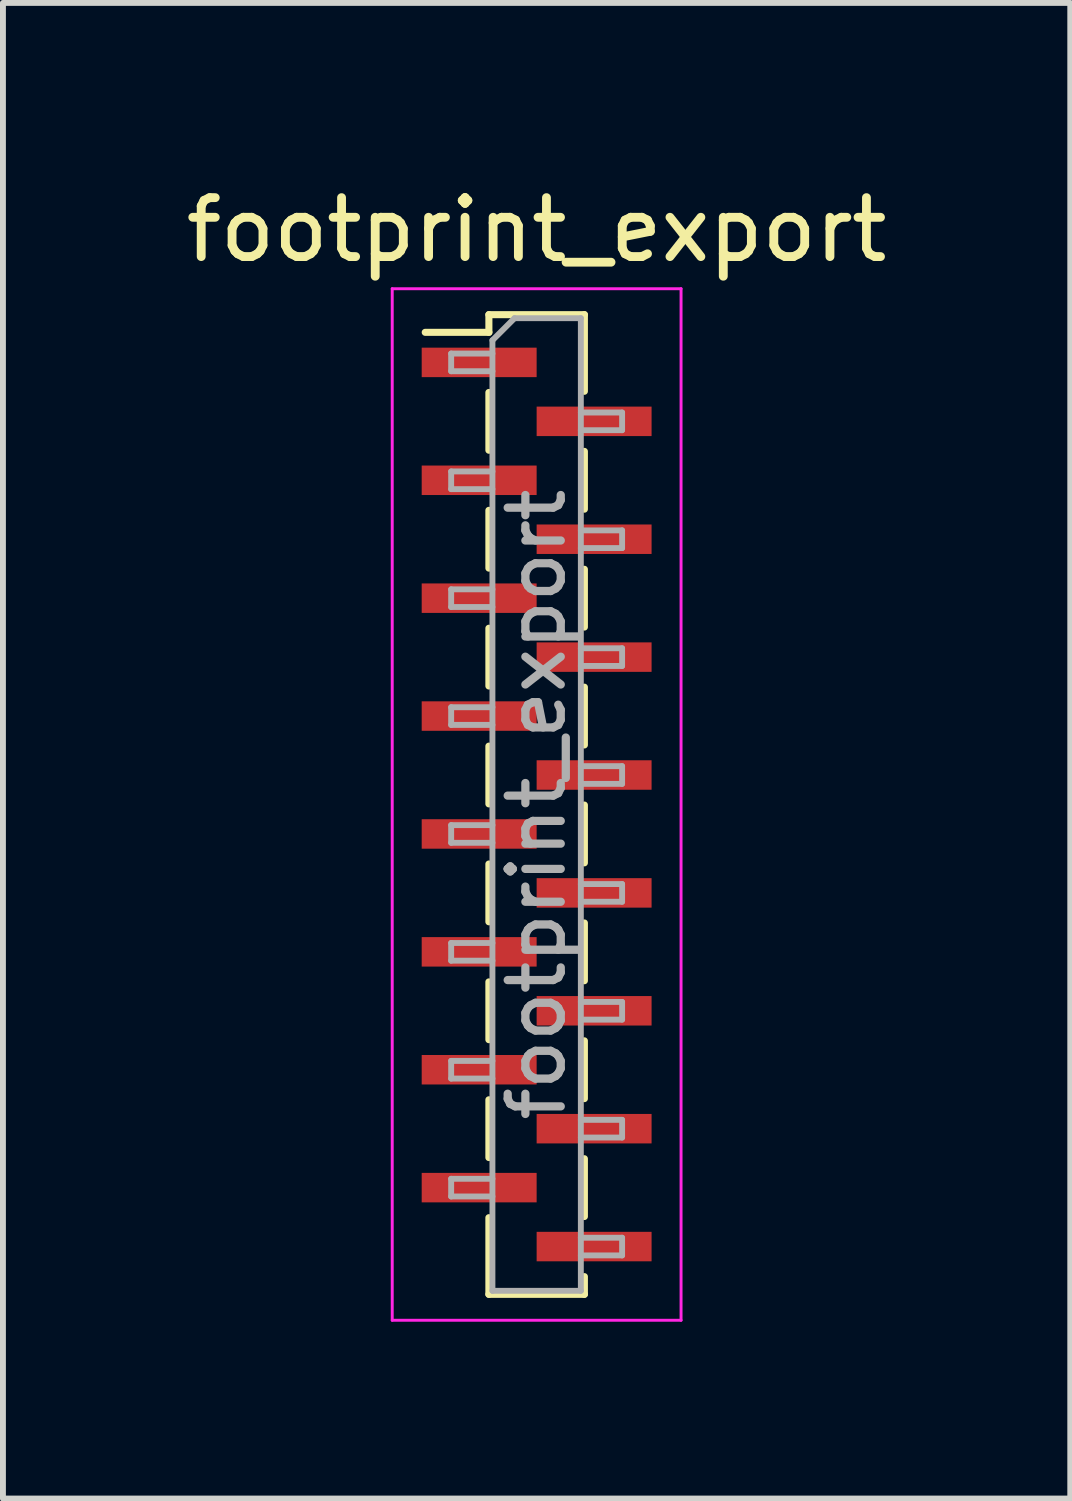
<source format=kicad_pcb>
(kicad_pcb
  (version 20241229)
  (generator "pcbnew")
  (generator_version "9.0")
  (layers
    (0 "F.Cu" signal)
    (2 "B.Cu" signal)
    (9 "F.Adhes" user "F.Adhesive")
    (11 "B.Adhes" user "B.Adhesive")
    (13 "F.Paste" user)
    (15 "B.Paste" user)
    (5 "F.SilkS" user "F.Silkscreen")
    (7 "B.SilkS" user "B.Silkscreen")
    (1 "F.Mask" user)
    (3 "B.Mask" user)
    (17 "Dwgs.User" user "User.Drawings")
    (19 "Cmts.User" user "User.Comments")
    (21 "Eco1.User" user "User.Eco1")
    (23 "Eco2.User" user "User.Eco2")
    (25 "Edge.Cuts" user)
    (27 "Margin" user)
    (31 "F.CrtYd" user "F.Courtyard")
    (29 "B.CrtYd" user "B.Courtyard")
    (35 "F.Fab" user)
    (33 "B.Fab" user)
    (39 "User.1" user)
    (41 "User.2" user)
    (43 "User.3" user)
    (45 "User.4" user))
  (footprint "footprint_export"
    (layer "F.Cu")
    (at 6.054 10.598)
    (property "Reference" "footprint_export" (at 0 -9.75 0) (layer "F.SilkS") (effects (font (size 1 1) (thickness 0.15))))
    (attr smd)
    (fp_line (start -1.89 -8.01) (end -0.81 -8.01) (stroke (width 0.12) (type solid)) (layer "F.SilkS"))
    (fp_line (start -0.81 -8.31) (end -0.81 -8.01) (stroke (width 0.12) (type solid)) (layer "F.SilkS"))
    (fp_line (start -0.81 -8.31) (end 0.81 -8.31) (stroke (width 0.12) (type solid)) (layer "F.SilkS"))
    (fp_line (start -0.81 -6.99) (end -0.81 -6.01) (stroke (width 0.12) (type solid)) (layer "F.SilkS"))
    (fp_line (start -0.81 -4.99) (end -0.81 -4.01) (stroke (width 0.12) (type solid)) (layer "F.SilkS"))
    (fp_line (start -0.81 -2.99) (end -0.81 -2.01) (stroke (width 0.12) (type solid)) (layer "F.SilkS"))
    (fp_line (start -0.81 -0.99) (end -0.81 -0.01) (stroke (width 0.12) (type solid)) (layer "F.SilkS"))
    (fp_line (start -0.81 1.01) (end -0.81 1.99) (stroke (width 0.12) (type solid)) (layer "F.SilkS"))
    (fp_line (start -0.81 3.01) (end -0.81 3.99) (stroke (width 0.12) (type solid)) (layer "F.SilkS"))
    (fp_line (start -0.81 5.01) (end -0.81 5.99) (stroke (width 0.12) (type solid)) (layer "F.SilkS"))
    (fp_line (start -0.81 7.01) (end -0.81 8.31) (stroke (width 0.12) (type solid)) (layer "F.SilkS"))
    (fp_line (start -0.81 8.31) (end 0.81 8.31) (stroke (width 0.12) (type solid)) (layer "F.SilkS"))
    (fp_line (start 0.81 -8.31) (end 0.81 -7.01) (stroke (width 0.12) (type solid)) (layer "F.SilkS"))
    (fp_line (start 0.81 -5.99) (end 0.81 -5.01) (stroke (width 0.12) (type solid)) (layer "F.SilkS"))
    (fp_line (start 0.81 -3.99) (end 0.81 -3.01) (stroke (width 0.12) (type solid)) (layer "F.SilkS"))
    (fp_line (start 0.81 -1.99) (end 0.81 -1.01) (stroke (width 0.12) (type solid)) (layer "F.SilkS"))
    (fp_line (start 0.81 0.01) (end 0.81 0.99) (stroke (width 0.12) (type solid)) (layer "F.SilkS"))
    (fp_line (start 0.81 2.01) (end 0.81 2.99) (stroke (width 0.12) (type solid)) (layer "F.SilkS"))
    (fp_line (start 0.81 4.01) (end 0.81 4.99) (stroke (width 0.12) (type solid)) (layer "F.SilkS"))
    (fp_line (start 0.81 6.01) (end 0.81 6.99) (stroke (width 0.12) (type solid)) (layer "F.SilkS"))
    (fp_line (start 0.81 8.01) (end 0.81 8.31) (stroke (width 0.12) (type solid)) (layer "F.SilkS"))
    (fp_line (start -2.45 -8.75) (end 2.45 -8.75) (stroke (width 0.05) (type solid)) (layer "F.CrtYd"))
    (fp_line (start -2.45 8.75) (end -2.45 -8.75) (stroke (width 0.05) (type solid)) (layer "F.CrtYd"))
    (fp_line (start 2.45 -8.75) (end 2.45 8.75) (stroke (width 0.05) (type solid)) (layer "F.CrtYd"))
    (fp_line (start 2.45 8.75) (end -2.45 8.75) (stroke (width 0.05) (type solid)) (layer "F.CrtYd"))
    (fp_line (start -1.45 -7.65) (end -0.75 -7.65) (stroke (width 0.1) (type solid)) (layer "F.Fab"))
    (fp_line (start -1.45 -7.35) (end -1.45 -7.65) (stroke (width 0.1) (type solid)) (layer "F.Fab"))
    (fp_line (start -1.45 -5.65) (end -0.75 -5.65) (stroke (width 0.1) (type solid)) (layer "F.Fab"))
    (fp_line (start -1.45 -5.35) (end -1.45 -5.65) (stroke (width 0.1) (type solid)) (layer "F.Fab"))
    (fp_line (start -1.45 -3.65) (end -0.75 -3.65) (stroke (width 0.1) (type solid)) (layer "F.Fab"))
    (fp_line (start -1.45 -3.35) (end -1.45 -3.65) (stroke (width 0.1) (type solid)) (layer "F.Fab"))
    (fp_line (start -1.45 -1.65) (end -0.75 -1.65) (stroke (width 0.1) (type solid)) (layer "F.Fab"))
    (fp_line (start -1.45 -1.35) (end -1.45 -1.65) (stroke (width 0.1) (type solid)) (layer "F.Fab"))
    (fp_line (start -1.45 0.35) (end -0.75 0.35) (stroke (width 0.1) (type solid)) (layer "F.Fab"))
    (fp_line (start -1.45 0.65) (end -1.45 0.35) (stroke (width 0.1) (type solid)) (layer "F.Fab"))
    (fp_line (start -1.45 2.35) (end -0.75 2.35) (stroke (width 0.1) (type solid)) (layer "F.Fab"))
    (fp_line (start -1.45 2.65) (end -1.45 2.35) (stroke (width 0.1) (type solid)) (layer "F.Fab"))
    (fp_line (start -1.45 4.35) (end -0.75 4.35) (stroke (width 0.1) (type solid)) (layer "F.Fab"))
    (fp_line (start -1.45 4.65) (end -1.45 4.35) (stroke (width 0.1) (type solid)) (layer "F.Fab"))
    (fp_line (start -1.45 6.35) (end -0.75 6.35) (stroke (width 0.1) (type solid)) (layer "F.Fab"))
    (fp_line (start -1.45 6.65) (end -1.45 6.35) (stroke (width 0.1) (type solid)) (layer "F.Fab"))
    (fp_line (start -0.75 -7.875) (end -0.375 -8.25) (stroke (width 0.1) (type solid)) (layer "F.Fab"))
    (fp_line (start -0.75 -7.35) (end -1.45 -7.35) (stroke (width 0.1) (type solid)) (layer "F.Fab"))
    (fp_line (start -0.75 -5.35) (end -1.45 -5.35) (stroke (width 0.1) (type solid)) (layer "F.Fab"))
    (fp_line (start -0.75 -3.35) (end -1.45 -3.35) (stroke (width 0.1) (type solid)) (layer "F.Fab"))
    (fp_line (start -0.75 -1.35) (end -1.45 -1.35) (stroke (width 0.1) (type solid)) (layer "F.Fab"))
    (fp_line (start -0.75 0.65) (end -1.45 0.65) (stroke (width 0.1) (type solid)) (layer "F.Fab"))
    (fp_line (start -0.75 2.65) (end -1.45 2.65) (stroke (width 0.1) (type solid)) (layer "F.Fab"))
    (fp_line (start -0.75 4.65) (end -1.45 4.65) (stroke (width 0.1) (type solid)) (layer "F.Fab"))
    (fp_line (start -0.75 6.65) (end -1.45 6.65) (stroke (width 0.1) (type solid)) (layer "F.Fab"))
    (fp_line (start -0.75 8.25) (end -0.75 -7.875) (stroke (width 0.1) (type solid)) (layer "F.Fab"))
    (fp_line (start -0.375 -8.25) (end 0.75 -8.25) (stroke (width 0.1) (type solid)) (layer "F.Fab"))
    (fp_line (start 0.75 -8.25) (end 0.75 8.25) (stroke (width 0.1) (type solid)) (layer "F.Fab"))
    (fp_line (start 0.75 -6.65) (end 1.45 -6.65) (stroke (width 0.1) (type solid)) (layer "F.Fab"))
    (fp_line (start 0.75 -4.65) (end 1.45 -4.65) (stroke (width 0.1) (type solid)) (layer "F.Fab"))
    (fp_line (start 0.75 -2.65) (end 1.45 -2.65) (stroke (width 0.1) (type solid)) (layer "F.Fab"))
    (fp_line (start 0.75 -0.65) (end 1.45 -0.65) (stroke (width 0.1) (type solid)) (layer "F.Fab"))
    (fp_line (start 0.75 1.35) (end 1.45 1.35) (stroke (width 0.1) (type solid)) (layer "F.Fab"))
    (fp_line (start 0.75 3.35) (end 1.45 3.35) (stroke (width 0.1) (type solid)) (layer "F.Fab"))
    (fp_line (start 0.75 5.35) (end 1.45 5.35) (stroke (width 0.1) (type solid)) (layer "F.Fab"))
    (fp_line (start 0.75 7.35) (end 1.45 7.35) (stroke (width 0.1) (type solid)) (layer "F.Fab"))
    (fp_line (start 0.75 8.25) (end -0.75 8.25) (stroke (width 0.1) (type solid)) (layer "F.Fab"))
    (fp_line (start 1.45 -6.65) (end 1.45 -6.35) (stroke (width 0.1) (type solid)) (layer "F.Fab"))
    (fp_line (start 1.45 -6.35) (end 0.75 -6.35) (stroke (width 0.1) (type solid)) (layer "F.Fab"))
    (fp_line (start 1.45 -4.65) (end 1.45 -4.35) (stroke (width 0.1) (type solid)) (layer "F.Fab"))
    (fp_line (start 1.45 -4.35) (end 0.75 -4.35) (stroke (width 0.1) (type solid)) (layer "F.Fab"))
    (fp_line (start 1.45 -2.65) (end 1.45 -2.35) (stroke (width 0.1) (type solid)) (layer "F.Fab"))
    (fp_line (start 1.45 -2.35) (end 0.75 -2.35) (stroke (width 0.1) (type solid)) (layer "F.Fab"))
    (fp_line (start 1.45 -0.65) (end 1.45 -0.35) (stroke (width 0.1) (type solid)) (layer "F.Fab"))
    (fp_line (start 1.45 -0.35) (end 0.75 -0.35) (stroke (width 0.1) (type solid)) (layer "F.Fab"))
    (fp_line (start 1.45 1.35) (end 1.45 1.65) (stroke (width 0.1) (type solid)) (layer "F.Fab"))
    (fp_line (start 1.45 1.65) (end 0.75 1.65) (stroke (width 0.1) (type solid)) (layer "F.Fab"))
    (fp_line (start 1.45 3.35) (end 1.45 3.65) (stroke (width 0.1) (type solid)) (layer "F.Fab"))
    (fp_line (start 1.45 3.65) (end 0.75 3.65) (stroke (width 0.1) (type solid)) (layer "F.Fab"))
    (fp_line (start 1.45 5.35) (end 1.45 5.65) (stroke (width 0.1) (type solid)) (layer "F.Fab"))
    (fp_line (start 1.45 5.65) (end 0.75 5.65) (stroke (width 0.1) (type solid)) (layer "F.Fab"))
    (fp_line (start 1.45 7.35) (end 1.45 7.65) (stroke (width 0.1) (type solid)) (layer "F.Fab"))
    (fp_line (start 1.45 7.65) (end 0.75 7.65) (stroke (width 0.1) (type solid)) (layer "F.Fab"))
    (fp_text user "${REFERENCE}" (at 0 0 90) (layer "F.Fab") (effects (font (size 0.9 0.9) (thickness 0.14))))
    (pad "1" smd rect (at -0.975 -7.5) (size 1.95 0.5) (layers "F.Cu" "F.Mask" "F.Paste"))
    (pad "2" smd rect (at 0.975 -6.5) (size 1.95 0.5) (layers "F.Cu" "F.Mask" "F.Paste"))
    (pad "3" smd rect (at -0.975 -5.5) (size 1.95 0.5) (layers "F.Cu" "F.Mask" "F.Paste"))
    (pad "4" smd rect (at 0.975 -4.5) (size 1.95 0.5) (layers "F.Cu" "F.Mask" "F.Paste"))
    (pad "5" smd rect (at -0.975 -3.5) (size 1.95 0.5) (layers "F.Cu" "F.Mask" "F.Paste"))
    (pad "6" smd rect (at 0.975 -2.5) (size 1.95 0.5) (layers "F.Cu" "F.Mask" "F.Paste"))
    (pad "7" smd rect (at -0.975 -1.5) (size 1.95 0.5) (layers "F.Cu" "F.Mask" "F.Paste"))
    (pad "8" smd rect (at 0.975 -0.5) (size 1.95 0.5) (layers "F.Cu" "F.Mask" "F.Paste"))
    (pad "9" smd rect (at -0.975 0.5) (size 1.95 0.5) (layers "F.Cu" "F.Mask" "F.Paste"))
    (pad "10" smd rect (at 0.975 1.5) (size 1.95 0.5) (layers "F.Cu" "F.Mask" "F.Paste"))
    (pad "11" smd rect (at -0.975 2.5) (size 1.95 0.5) (layers "F.Cu" "F.Mask" "F.Paste"))
    (pad "12" smd rect (at 0.975 3.5) (size 1.95 0.5) (layers "F.Cu" "F.Mask" "F.Paste"))
    (pad "13" smd rect (at -0.975 4.5) (size 1.95 0.5) (layers "F.Cu" "F.Mask" "F.Paste"))
    (pad "14" smd rect (at 0.975 5.5) (size 1.95 0.5) (layers "F.Cu" "F.Mask" "F.Paste"))
    (pad "15" smd rect (at -0.975 6.5) (size 1.95 0.5) (layers "F.Cu" "F.Mask" "F.Paste"))
    (pad "16" smd rect (at 0.975 7.5) (size 1.95 0.5) (layers "F.Cu" "F.Mask" "F.Paste")))
  (gr_rect
    (start -3 -3)
    (end 15.107 22.373)
    (stroke (width 0.1) (type default))
    (fill no)
    (layer "Edge.Cuts")))
</source>
